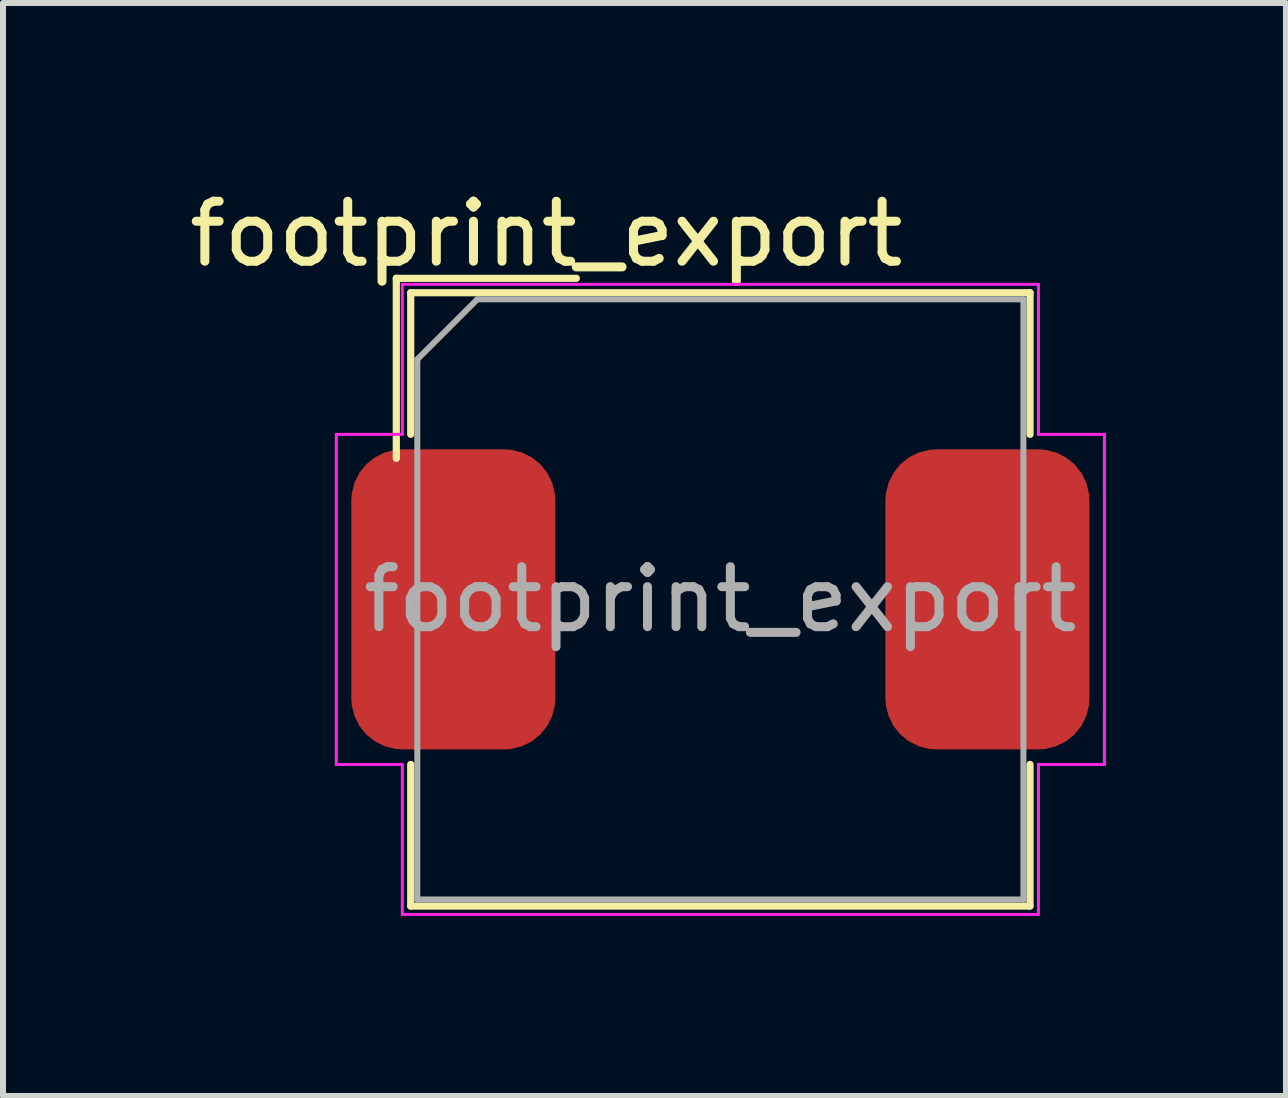
<source format=kicad_pcb>
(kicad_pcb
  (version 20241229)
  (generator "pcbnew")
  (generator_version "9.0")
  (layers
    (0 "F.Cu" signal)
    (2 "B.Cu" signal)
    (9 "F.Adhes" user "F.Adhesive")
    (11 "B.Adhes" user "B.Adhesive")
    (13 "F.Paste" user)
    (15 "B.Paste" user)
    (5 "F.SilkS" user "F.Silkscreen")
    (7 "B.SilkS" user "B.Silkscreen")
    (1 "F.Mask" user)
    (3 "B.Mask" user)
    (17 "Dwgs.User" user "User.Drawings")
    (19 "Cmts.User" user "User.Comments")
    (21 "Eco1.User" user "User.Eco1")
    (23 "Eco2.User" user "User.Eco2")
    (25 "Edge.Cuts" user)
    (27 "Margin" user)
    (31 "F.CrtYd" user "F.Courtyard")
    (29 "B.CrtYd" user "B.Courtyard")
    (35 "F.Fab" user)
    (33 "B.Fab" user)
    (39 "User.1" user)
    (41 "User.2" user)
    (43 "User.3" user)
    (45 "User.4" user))
  (footprint "footprint_export"
    (layer "F.Cu")
    (at 8.954 6.938)
    (property "Reference" "footprint_export" (at -2.9 -6.09 0) (layer "F.SilkS") (effects (font (size 1 1) (thickness 0.15))))
    (attr smd)
    (fp_line (start -5.4 -5.35) (end -2.4 -5.35) (stroke (width 0.12) (type solid)) (layer "F.SilkS"))
    (fp_line (start -5.4 -2.35) (end -5.4 -5.35) (stroke (width 0.12) (type solid)) (layer "F.SilkS"))
    (fp_line (start -5.16 -5.11) (end -5.16 -2.75) (stroke (width 0.12) (type solid)) (layer "F.SilkS"))
    (fp_line (start -5.16 -5.11) (end 5.16 -5.11) (stroke (width 0.12) (type solid)) (layer "F.SilkS"))
    (fp_line (start -5.16 2.75) (end -5.16 5.11) (stroke (width 0.12) (type solid)) (layer "F.SilkS"))
    (fp_line (start -5.16 5.11) (end 5.16 5.11) (stroke (width 0.12) (type solid)) (layer "F.SilkS"))
    (fp_line (start 5.16 -5.11) (end 5.16 -2.75) (stroke (width 0.12) (type solid)) (layer "F.SilkS"))
    (fp_line (start 5.16 2.75) (end 5.16 5.11) (stroke (width 0.12) (type solid)) (layer "F.SilkS"))
    (fp_line (start -6.4 -2.75) (end -6.4 2.75) (stroke (width 0.05) (type solid)) (layer "F.CrtYd"))
    (fp_line (start -6.4 2.75) (end -5.3 2.75) (stroke (width 0.05) (type solid)) (layer "F.CrtYd"))
    (fp_line (start -5.3 -5.25) (end -5.3 -2.75) (stroke (width 0.05) (type solid)) (layer "F.CrtYd"))
    (fp_line (start -5.3 -5.25) (end 5.3 -5.25) (stroke (width 0.05) (type solid)) (layer "F.CrtYd"))
    (fp_line (start -5.3 -2.75) (end -6.4 -2.75) (stroke (width 0.05) (type solid)) (layer "F.CrtYd"))
    (fp_line (start -5.3 2.75) (end -5.3 5.25) (stroke (width 0.05) (type solid)) (layer "F.CrtYd"))
    (fp_line (start -5.3 5.25) (end 5.3 5.25) (stroke (width 0.05) (type solid)) (layer "F.CrtYd"))
    (fp_line (start 5.3 -5.25) (end 5.3 -2.75) (stroke (width 0.05) (type solid)) (layer "F.CrtYd"))
    (fp_line (start 5.3 -2.75) (end 6.4 -2.75) (stroke (width 0.05) (type solid)) (layer "F.CrtYd"))
    (fp_line (start 5.3 2.75) (end 5.3 5.25) (stroke (width 0.05) (type solid)) (layer "F.CrtYd"))
    (fp_line (start 6.4 -2.75) (end 6.4 2.75) (stroke (width 0.05) (type solid)) (layer "F.CrtYd"))
    (fp_line (start 6.4 2.75) (end 5.3 2.75) (stroke (width 0.05) (type solid)) (layer "F.CrtYd"))
    (fp_line (start -5.05 -4) (end -4.05 -5) (stroke (width 0.1) (type solid)) (layer "F.Fab"))
    (fp_line (start -5.05 5) (end -5.05 -4) (stroke (width 0.1) (type solid)) (layer "F.Fab"))
    (fp_line (start -4.05 -5) (end 5.05 -5) (stroke (width 0.1) (type solid)) (layer "F.Fab"))
    (fp_line (start 5.05 -5) (end 5.05 5) (stroke (width 0.1) (type solid)) (layer "F.Fab"))
    (fp_line (start 5.05 5) (end -5.05 5) (stroke (width 0.1) (type solid)) (layer "F.Fab"))
    (fp_text user "${REFERENCE}" (at 0 0 0) (layer "F.Fab") (effects (font (size 1 1) (thickness 0.15))))
    (pad "1" smd roundrect (at -4.45 0) (size 3.4 5) (layers "F.Cu" "F.Mask" "F.Paste") (roundrect_rratio 0.25))
    (pad "2" smd roundrect (at 4.45 0) (size 3.4 5) (layers "F.Cu" "F.Mask" "F.Paste") (roundrect_rratio 0.25)))
  (gr_rect
    (start -3 -3)
    (end 18.379 15.213)
    (stroke (width 0.1) (type default))
    (fill no)
    (layer "Edge.Cuts")))
</source>
